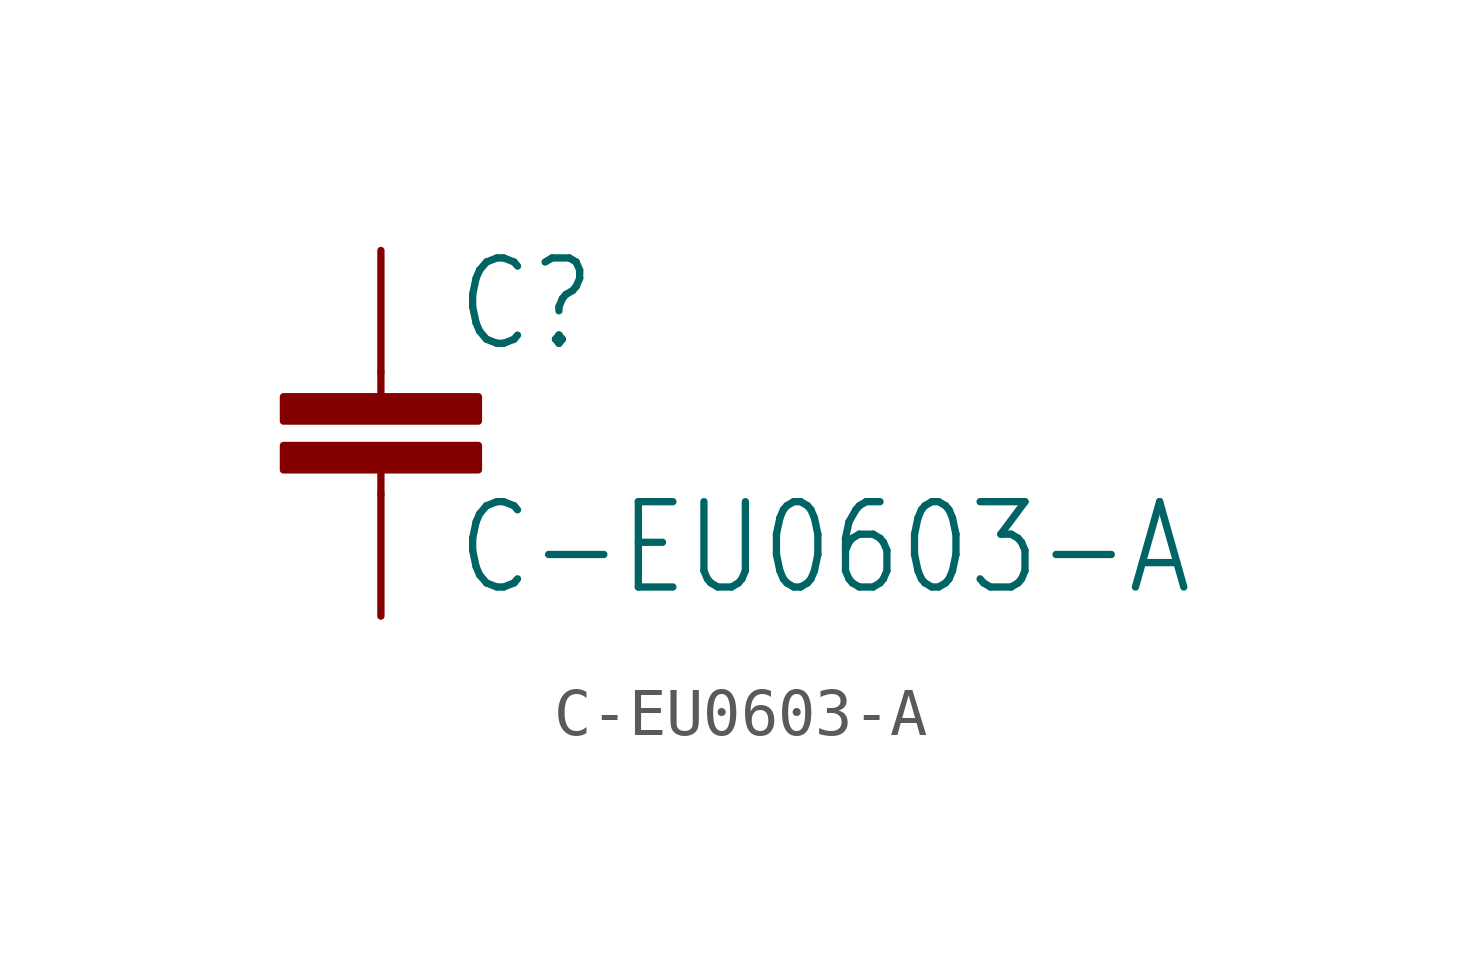
<source format=kicad_sym>
(kicad_symbol_lib
  (version 20211014)
  (generator kicad_symbol_editor)
  (symbol "C-EU0603-A"
    (property "Reference" "C"
      (at 1.524 0.381 0)
      (effects (font (size 1.778 1.511)) (justify left bottom)))
    (property "Value" "C-EU0603-A"
      (at 1.524 -4.699 0)
      (effects (font (size 1.778 1.511)) (justify left bottom)))
    (property "ki_locked" ""
      (at 0 0 0)
      (effects (font (size 1.27 1.27))))
    (symbol "C-EU0603-A_1_0"
      (rectangle (start -2.032 -2.032) (end 2.032 -1.524) (stroke (width 0) (type default)) (fill (type outline)))
      (rectangle (start -2.032 -1.016) (end 2.032 -0.508) (stroke (width 0) (type default)) (fill (type outline)))
      (polyline (pts (xy 0 -2.54) (xy 0 -2.032)) (stroke (width 0.152) (type default)) (fill (type none)))
      (polyline (pts (xy 0 0) (xy 0 -0.508)) (stroke (width 0.152) (type default)) (fill (type none)))
      (pin passive line (at 0 2.54 270) (length 2.54) (name "1" (effects (font (size 0 0)))) (number "1" (effects (font (size 0 0)))))
      (pin passive line (at 0 -5.08 90) (length 2.54) (name "2" (effects (font (size 0 0)))) (number "2" (effects (font (size 0 0))))))))
</source>
